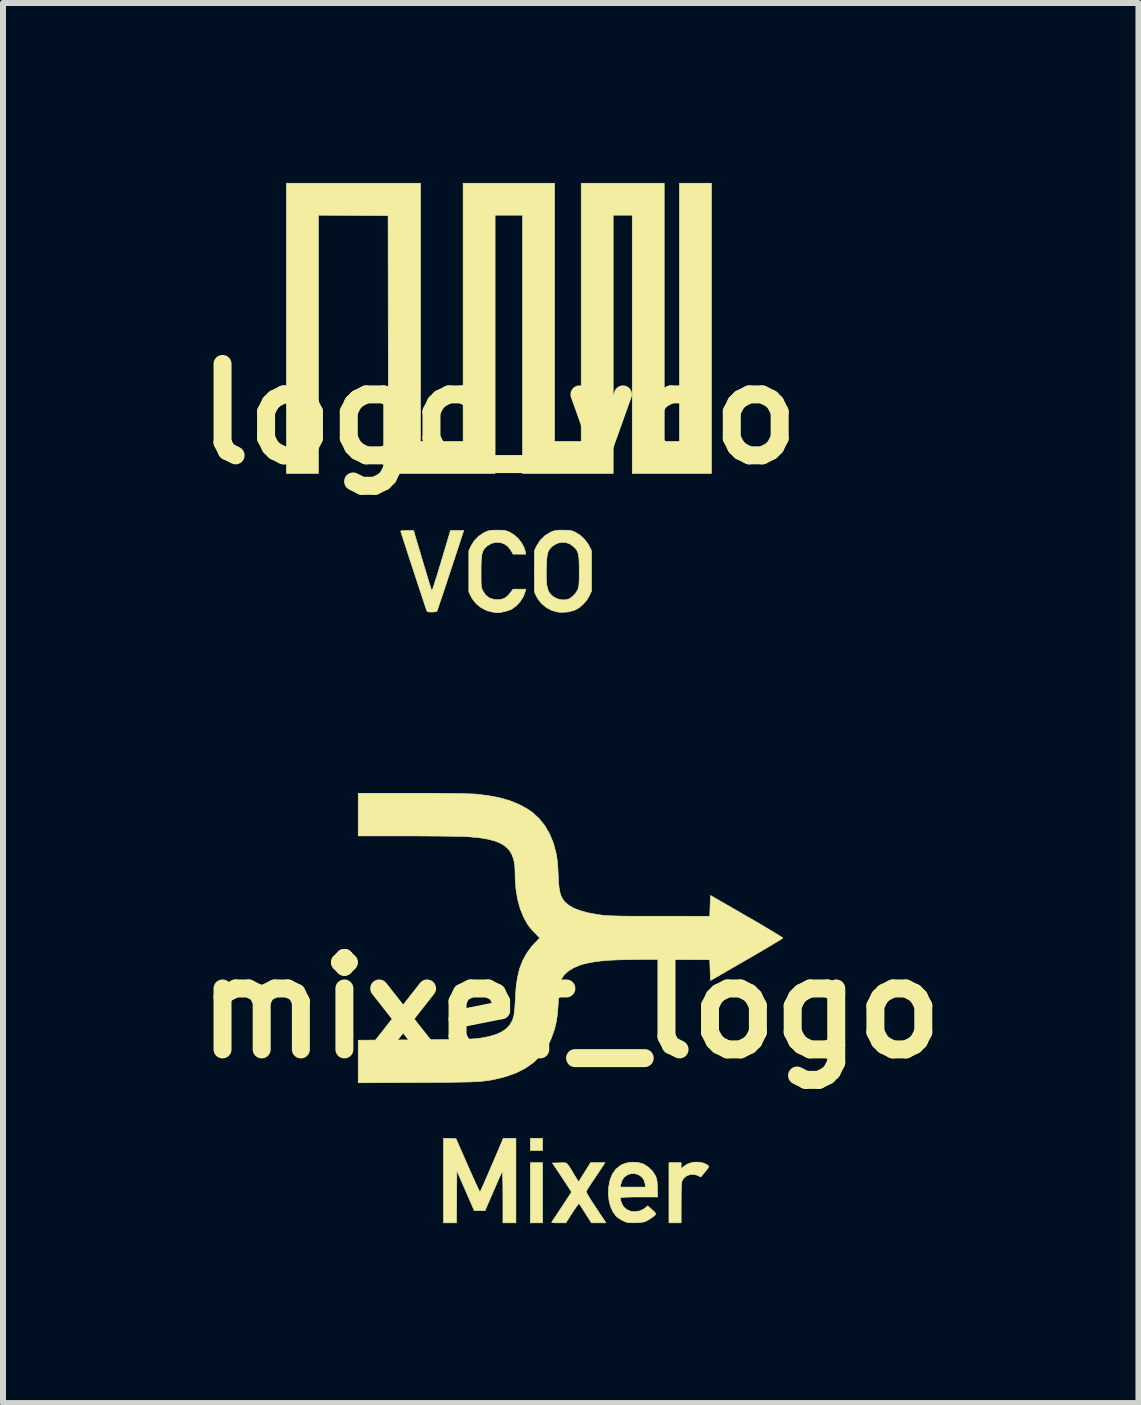
<source format=kicad_pcb>
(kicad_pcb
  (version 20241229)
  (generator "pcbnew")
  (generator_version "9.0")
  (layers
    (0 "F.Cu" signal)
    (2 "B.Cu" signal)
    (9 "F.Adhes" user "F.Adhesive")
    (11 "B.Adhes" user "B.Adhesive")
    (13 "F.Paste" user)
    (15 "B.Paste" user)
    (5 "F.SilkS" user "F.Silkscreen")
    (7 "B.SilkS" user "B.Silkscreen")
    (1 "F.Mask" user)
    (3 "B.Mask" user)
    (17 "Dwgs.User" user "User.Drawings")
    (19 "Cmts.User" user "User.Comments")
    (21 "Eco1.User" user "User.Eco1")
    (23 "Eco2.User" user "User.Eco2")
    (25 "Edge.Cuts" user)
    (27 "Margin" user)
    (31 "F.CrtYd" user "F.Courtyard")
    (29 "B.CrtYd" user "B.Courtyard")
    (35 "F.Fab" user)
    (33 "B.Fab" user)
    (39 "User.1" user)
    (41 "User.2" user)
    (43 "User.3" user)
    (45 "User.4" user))
  (footprint "mixer_logo"
    (layer "F.Cu")
    (at 6.466 13.758)
    (property "Reference" "mixer_logo" (at 0 0 0) (layer "F.SilkS") (effects (font (size 1.524 1.524) (thickness 0.3))))
    (attr through_hole)
    (fp_poly (pts (xy -0.47 2.375) (xy -0.673 2.375) (xy -0.673 2.172) (xy -0.47 2.172) (xy -0.47 2.375)) (stroke (width 0.01) (type solid)) (fill yes) (layer "F.SilkS"))
    (fp_poly (pts (xy -0.47 3.581) (xy -0.673 3.581) (xy -0.673 2.578) (xy -0.47 2.578) (xy -0.47 3.581)) (stroke (width 0.01) (type solid)) (fill yes) (layer "F.SilkS"))
    (fp_poly (pts (xy 2.137 2.57) (xy 2.204 2.582) (xy 2.26 2.605) (xy 2.288 2.624) (xy 2.298 2.635) (xy 2.299 2.647) (xy 2.291 2.665) (xy 2.27 2.694) (xy 2.239 2.731) (xy 2.168 2.817) (xy 2.119 2.791) (xy 2.058 2.773) (xy 1.996 2.775) (xy 1.937 2.795) (xy 1.889 2.832) (xy 1.859 2.878) (xy 1.853 2.898) (xy 1.849 2.929) (xy 1.846 2.975) (xy 1.843 3.036) (xy 1.842 3.117) (xy 1.842 3.22) (xy 1.841 3.251) (xy 1.841 3.581) (xy 1.638 3.581) (xy 1.638 2.578) (xy 1.841 2.578) (xy 1.841 2.681) (xy 1.876 2.648) (xy 1.941 2.603) (xy 2.018 2.576) (xy 2.07 2.569) (xy 2.137 2.57)) (stroke (width 0.01) (type solid)) (fill yes) (layer "F.SilkS"))
    (fp_poly (pts (xy -1.913 2.178) (xy -1.717 2.625) (xy -1.673 2.725) (xy -1.632 2.816) (xy -1.595 2.897) (xy -1.564 2.965) (xy -1.539 3.018) (xy -1.522 3.053) (xy -1.513 3.067) (xy -1.513 3.068) (xy -1.506 3.055) (xy -1.491 3.022) (xy -1.468 2.971) (xy -1.438 2.904) (xy -1.403 2.823) (xy -1.364 2.733) (xy -1.322 2.634) (xy -1.314 2.618) (xy -1.124 2.172) (xy -0.914 2.172) (xy -0.914 3.581) (xy -1.13 3.581) (xy -1.13 3.147) (xy -1.131 3.045) (xy -1.131 2.952) (xy -1.133 2.872) (xy -1.135 2.806) (xy -1.137 2.758) (xy -1.139 2.73) (xy -1.141 2.725) (xy -1.149 2.739) (xy -1.165 2.774) (xy -1.189 2.826) (xy -1.218 2.891) (xy -1.251 2.968) (xy -1.288 3.052) (xy -1.29 3.057) (xy -1.429 3.378) (xy -1.518 3.378) (xy -1.608 3.378) (xy -1.753 3.045) (xy -1.899 2.711) (xy -1.905 3.581) (xy -2.121 3.581) (xy -2.121 2.171) (xy -1.913 2.178)) (stroke (width 0.01) (type solid)) (fill yes) (layer "F.SilkS"))
    (fp_poly (pts (xy 0.419 2.808) (xy 0.373 2.876) (xy 0.332 2.938) (xy 0.298 2.99) (xy 0.274 3.029) (xy 0.26 3.052) (xy 0.258 3.056) (xy 0.263 3.073) (xy 0.28 3.108) (xy 0.31 3.159) (xy 0.35 3.223) (xy 0.396 3.293) (xy 0.442 3.361) (xy 0.483 3.424) (xy 0.519 3.478) (xy 0.547 3.519) (xy 0.563 3.544) (xy 0.564 3.546) (xy 0.587 3.581) (xy 0.346 3.581) (xy 0.247 3.426) (xy 0.211 3.37) (xy 0.18 3.321) (xy 0.156 3.284) (xy 0.142 3.263) (xy 0.139 3.26) (xy 0.13 3.266) (xy 0.109 3.291) (xy 0.081 3.331) (xy 0.046 3.382) (xy 0.025 3.415) (xy -0.081 3.581) (xy -0.199 3.581) (xy -0.251 3.581) (xy -0.291 3.579) (xy -0.314 3.576) (xy -0.318 3.575) (xy -0.311 3.563) (xy -0.292 3.533) (xy -0.263 3.488) (xy -0.225 3.431) (xy -0.181 3.364) (xy -0.152 3.321) (xy -0.106 3.251) (xy -0.064 3.188) (xy -0.03 3.135) (xy -0.004 3.096) (xy 0.01 3.072) (xy 0.013 3.067) (xy 0.006 3.055) (xy -0.013 3.025) (xy -0.042 2.98) (xy -0.079 2.923) (xy -0.123 2.858) (xy -0.146 2.822) (xy -0.305 2.584) (xy -0.188 2.581) (xy -0.143 2.579) (xy -0.11 2.579) (xy -0.085 2.583) (xy -0.064 2.594) (xy -0.044 2.616) (xy -0.02 2.65) (xy 0.011 2.7) (xy 0.047 2.761) (xy 0.131 2.899) (xy 0.183 2.815) (xy 0.217 2.761) (xy 0.254 2.701) (xy 0.283 2.655) (xy 0.33 2.578) (xy 0.572 2.578) (xy 0.419 2.808)) (stroke (width 0.01) (type solid)) (fill yes) (layer "F.SilkS"))
    (fp_poly (pts (xy 1.115 2.574) (xy 1.196 2.594) (xy 1.213 2.601) (xy 1.295 2.652) (xy 1.365 2.722) (xy 1.407 2.788) (xy 1.422 2.819) (xy 1.432 2.849) (xy 1.439 2.886) (xy 1.443 2.935) (xy 1.445 3) (xy 1.45 3.15) (xy 1.145 3.15) (xy 1.047 3.15) (xy 0.965 3.152) (xy 0.9 3.154) (xy 0.856 3.157) (xy 0.834 3.161) (xy 0.832 3.162) (xy 0.829 3.186) (xy 0.838 3.223) (xy 0.854 3.264) (xy 0.875 3.302) (xy 0.884 3.315) (xy 0.937 3.362) (xy 1 3.388) (xy 1.067 3.395) (xy 1.15 3.383) (xy 1.223 3.348) (xy 1.254 3.324) (xy 1.282 3.298) (xy 1.353 3.359) (xy 1.387 3.39) (xy 1.41 3.416) (xy 1.419 3.433) (xy 1.419 3.434) (xy 1.404 3.453) (xy 1.373 3.479) (xy 1.332 3.508) (xy 1.288 3.536) (xy 1.248 3.556) (xy 1.233 3.562) (xy 1.19 3.571) (xy 1.132 3.578) (xy 1.067 3.58) (xy 1.003 3.579) (xy 0.951 3.575) (xy 0.927 3.57) (xy 0.859 3.541) (xy 0.794 3.5) (xy 0.753 3.465) (xy 0.702 3.394) (xy 0.663 3.305) (xy 0.638 3.203) (xy 0.628 3.091) (xy 0.633 2.985) (xy 0.826 2.985) (xy 1.248 2.985) (xy 1.241 2.932) (xy 1.221 2.866) (xy 1.182 2.814) (xy 1.129 2.778) (xy 1.067 2.76) (xy 0.999 2.763) (xy 0.949 2.779) (xy 0.895 2.816) (xy 0.856 2.871) (xy 0.834 2.943) (xy 0.826 2.985) (xy 0.633 2.985) (xy 0.634 2.976) (xy 0.657 2.861) (xy 0.696 2.765) (xy 0.751 2.688) (xy 0.823 2.629) (xy 0.861 2.607) (xy 0.939 2.581) (xy 1.027 2.57) (xy 1.115 2.574)) (stroke (width 0.01) (type solid)) (fill yes) (layer "F.SilkS"))
    (fp_poly (pts (xy -2.645 -3.581) (xy -2.488 -3.581) (xy -2.336 -3.581) (xy -2.191 -3.58) (xy -2.056 -3.578) (xy -1.933 -3.577) (xy -1.824 -3.575) (xy -1.733 -3.573) (xy -1.66 -3.571) (xy -1.61 -3.569) (xy -1.594 -3.568) (xy -1.379 -3.543) (xy -1.185 -3.506) (xy -1.011 -3.456) (xy -0.856 -3.392) (xy -0.717 -3.315) (xy -0.636 -3.259) (xy -0.526 -3.158) (xy -0.431 -3.038) (xy -0.351 -2.901) (xy -0.289 -2.749) (xy -0.244 -2.583) (xy -0.236 -2.54) (xy -0.228 -2.483) (xy -0.221 -2.41) (xy -0.214 -2.327) (xy -0.21 -2.243) (xy -0.208 -2.21) (xy -0.203 -2.098) (xy -0.194 -2.008) (xy -0.182 -1.936) (xy -0.164 -1.877) (xy -0.141 -1.828) (xy -0.111 -1.785) (xy -0.103 -1.776) (xy -0.037 -1.717) (xy 0.049 -1.666) (xy 0.157 -1.624) (xy 0.288 -1.588) (xy 0.442 -1.56) (xy 0.484 -1.554) (xy 0.521 -1.549) (xy 0.559 -1.545) (xy 0.601 -1.542) (xy 0.648 -1.539) (xy 0.703 -1.537) (xy 0.767 -1.535) (xy 0.844 -1.533) (xy 0.935 -1.532) (xy 1.043 -1.531) (xy 1.17 -1.531) (xy 1.317 -1.531) (xy 1.486 -1.531) (xy 2.318 -1.53) (xy 2.324 -1.704) (xy 2.33 -1.878) (xy 2.934 -1.53) (xy 3.047 -1.465) (xy 3.153 -1.403) (xy 3.25 -1.346) (xy 3.336 -1.294) (xy 3.41 -1.25) (xy 3.468 -1.214) (xy 3.51 -1.188) (xy 3.533 -1.173) (xy 3.537 -1.169) (xy 3.526 -1.16) (xy 3.496 -1.14) (xy 3.447 -1.11) (xy 3.382 -1.071) (xy 3.303 -1.024) (xy 3.212 -0.97) (xy 3.111 -0.911) (xy 3.002 -0.847) (xy 2.934 -0.808) (xy 2.33 -0.459) (xy 2.324 -0.633) (xy 2.318 -0.806) (xy 1.607 -0.81) (xy 1.397 -0.811) (xy 1.211 -0.811) (xy 1.047 -0.809) (xy 0.901 -0.807) (xy 0.773 -0.803) (xy 0.66 -0.798) (xy 0.561 -0.791) (xy 0.473 -0.782) (xy 0.394 -0.771) (xy 0.322 -0.758) (xy 0.255 -0.744) (xy 0.191 -0.727) (xy 0.156 -0.716) (xy 0.055 -0.675) (xy -0.033 -0.622) (xy -0.104 -0.559) (xy -0.155 -0.488) (xy -0.178 -0.435) (xy -0.184 -0.407) (xy -0.19 -0.358) (xy -0.195 -0.295) (xy -0.201 -0.222) (xy -0.204 -0.159) (xy -0.211 -0.038) (xy -0.219 0.062) (xy -0.228 0.148) (xy -0.24 0.223) (xy -0.255 0.293) (xy -0.274 0.364) (xy -0.275 0.367) (xy -0.333 0.527) (xy -0.411 0.671) (xy -0.508 0.799) (xy -0.624 0.909) (xy -0.759 1.004) (xy -0.913 1.082) (xy -1.087 1.143) (xy -1.165 1.164) (xy -1.218 1.176) (xy -1.267 1.187) (xy -1.313 1.197) (xy -1.36 1.205) (xy -1.408 1.212) (xy -1.46 1.218) (xy -1.519 1.223) (xy -1.585 1.227) (xy -1.661 1.231) (xy -1.75 1.233) (xy -1.852 1.235) (xy -1.971 1.237) (xy -2.108 1.238) (xy -2.265 1.239) (xy -2.444 1.241) (xy -2.556 1.241) (xy -3.543 1.246) (xy -3.543 0.536) (xy -2.6 0.53) (xy -2.416 0.529) (xy -2.255 0.527) (xy -2.116 0.526) (xy -1.996 0.525) (xy -1.894 0.523) (xy -1.808 0.521) (xy -1.736 0.519) (xy -1.675 0.517) (xy -1.625 0.514) (xy -1.583 0.511) (xy -1.546 0.507) (xy -1.514 0.503) (xy -1.512 0.503) (xy -1.369 0.476) (xy -1.25 0.442) (xy -1.151 0.398) (xy -1.073 0.344) (xy -1.014 0.279) (xy -0.971 0.203) (xy -0.948 0.127) (xy -0.941 0.085) (xy -0.935 0.025) (xy -0.929 -0.048) (xy -0.924 -0.126) (xy -0.923 -0.165) (xy -0.911 -0.349) (xy -0.887 -0.514) (xy -0.851 -0.66) (xy -0.8 -0.792) (xy -0.735 -0.911) (xy -0.655 -1.021) (xy -0.606 -1.075) (xy -0.517 -1.169) (xy -0.599 -1.254) (xy -0.65 -1.309) (xy -0.689 -1.355) (xy -0.72 -1.399) (xy -0.75 -1.45) (xy -0.784 -1.515) (xy -0.788 -1.524) (xy -0.842 -1.656) (xy -0.884 -1.808) (xy -0.912 -1.976) (xy -0.926 -2.16) (xy -0.927 -2.25) (xy -0.932 -2.368) (xy -0.949 -2.47) (xy -0.979 -2.557) (xy -1.023 -2.631) (xy -1.084 -2.693) (xy -1.161 -2.743) (xy -1.257 -2.783) (xy -1.373 -2.815) (xy -1.511 -2.838) (xy -1.672 -2.854) (xy -1.714 -2.857) (xy -1.76 -2.86) (xy -1.828 -2.862) (xy -1.916 -2.864) (xy -2.021 -2.865) (xy -2.141 -2.867) (xy -2.271 -2.868) (xy -2.411 -2.869) (xy -2.556 -2.87) (xy -2.704 -2.87) (xy -2.721 -2.87) (xy -3.543 -2.87) (xy -3.543 -3.581) (xy -2.645 -3.581)) (stroke (width 0.01) (type solid)) (fill yes) (layer "F.SilkS")))
  (footprint "logo_vco"
    (layer "F.Cu")
    (at 5.269 3.853)
    (property "Reference" "logo_vco" (at 0 0 0) (layer "F.SilkS") (effects (font (size 1.524 1.524) (thickness 0.3))))
    (attr through_hole)
    (fp_poly (pts (xy -1.308 0.457) (xy -0.597 0.457) (xy -0.597 -3.848) (xy 0.927 -3.848) (xy 0.927 0.457) (xy 1.372 0.457) (xy 1.372 -3.848) (xy 2.756 -3.848) (xy 2.756 0.457) (xy 3.01 0.457) (xy 3.01 -3.848) (xy 3.543 -3.848) (xy 3.543 0.991) (xy 2.223 0.991) (xy 2.223 -3.315) (xy 1.905 -3.315) (xy 1.905 0.991) (xy 0.394 0.991) (xy 0.394 -3.315) (xy -0.064 -3.315) (xy -0.064 0.991) (xy -1.841 0.991) (xy -1.845 -1.159) (xy -1.848 -3.308) (xy -2.429 -3.312) (xy -3.01 -3.315) (xy -3.01 0.991) (xy -3.543 0.991) (xy -3.543 -3.848) (xy -1.308 -3.848) (xy -1.308 0.457)) (stroke (width 0.01) (type solid)) (fill yes) (layer "F.SilkS"))
    (fp_poly (pts (xy -1.405 2.003) (xy -1.398 2.03) (xy -1.384 2.077) (xy -1.364 2.142) (xy -1.34 2.222) (xy -1.313 2.313) (xy -1.284 2.412) (xy -1.257 2.502) (xy -1.227 2.603) (xy -1.199 2.696) (xy -1.174 2.779) (xy -1.152 2.849) (xy -1.135 2.902) (xy -1.124 2.937) (xy -1.119 2.949) (xy -1.114 2.94) (xy -1.102 2.908) (xy -1.085 2.857) (xy -1.063 2.789) (xy -1.037 2.706) (xy -1.008 2.612) (xy -0.976 2.507) (xy -0.959 2.451) (xy -0.808 1.943) (xy -0.587 1.943) (xy -0.805 2.607) (xy -0.847 2.732) (xy -0.885 2.849) (xy -0.921 2.958) (xy -0.954 3.054) (xy -0.982 3.137) (xy -1.004 3.204) (xy -1.021 3.253) (xy -1.031 3.281) (xy -1.033 3.287) (xy -1.052 3.296) (xy -1.09 3.301) (xy -1.119 3.302) (xy -1.162 3.301) (xy -1.186 3.296) (xy -1.199 3.285) (xy -1.206 3.272) (xy -1.213 3.251) (xy -1.227 3.21) (xy -1.247 3.151) (xy -1.271 3.077) (xy -1.3 2.99) (xy -1.332 2.893) (xy -1.366 2.79) (xy -1.401 2.682) (xy -1.437 2.572) (xy -1.473 2.464) (xy -1.507 2.359) (xy -1.539 2.26) (xy -1.568 2.171) (xy -1.593 2.093) (xy -1.614 2.03) (xy -1.629 1.984) (xy -1.637 1.957) (xy -1.638 1.952) (xy -1.627 1.948) (xy -1.595 1.945) (xy -1.55 1.943) (xy -1.531 1.943) (xy -1.423 1.943) (xy -1.405 2.003)) (stroke (width 0.01) (type solid)) (fill yes) (layer "F.SilkS"))
    (fp_poly (pts (xy 0.038 1.938) (xy 0.084 1.941) (xy 0.12 1.947) (xy 0.153 1.959) (xy 0.181 1.971) (xy 0.255 2.017) (xy 0.323 2.079) (xy 0.38 2.153) (xy 0.421 2.231) (xy 0.438 2.289) (xy 0.447 2.337) (xy 0.235 2.336) (xy 0.2 2.273) (xy 0.152 2.21) (xy 0.091 2.166) (xy 0.022 2.143) (xy -0.052 2.139) (xy -0.125 2.158) (xy -0.194 2.198) (xy -0.201 2.204) (xy -0.23 2.232) (xy -0.254 2.261) (xy -0.271 2.295) (xy -0.283 2.336) (xy -0.291 2.39) (xy -0.296 2.459) (xy -0.298 2.547) (xy -0.298 2.629) (xy -0.298 2.717) (xy -0.298 2.784) (xy -0.296 2.833) (xy -0.294 2.869) (xy -0.289 2.896) (xy -0.282 2.918) (xy -0.273 2.938) (xy -0.266 2.953) (xy -0.22 3.02) (xy -0.163 3.065) (xy -0.09 3.09) (xy -0.041 3.096) (xy 0.034 3.092) (xy 0.095 3.071) (xy 0.149 3.03) (xy 0.19 2.981) (xy 0.235 2.921) (xy 0.447 2.921) (xy 0.439 2.956) (xy 0.407 3.044) (xy 0.355 3.127) (xy 0.289 3.198) (xy 0.214 3.252) (xy 0.205 3.257) (xy 0.165 3.273) (xy 0.112 3.289) (xy 0.057 3.302) (xy 0.006 3.311) (xy -0.03 3.313) (xy -0.032 3.313) (xy -0.051 3.31) (xy -0.086 3.305) (xy -0.111 3.302) (xy -0.207 3.276) (xy -0.298 3.228) (xy -0.378 3.164) (xy -0.441 3.085) (xy -0.468 3.038) (xy -0.502 2.965) (xy -0.502 2.28) (xy -0.465 2.2) (xy -0.413 2.116) (xy -0.341 2.041) (xy -0.254 1.982) (xy -0.231 1.971) (xy -0.195 1.955) (xy -0.161 1.945) (xy -0.124 1.939) (xy -0.074 1.937) (xy -0.025 1.937) (xy 0.038 1.938)) (stroke (width 0.01) (type solid)) (fill yes) (layer "F.SilkS"))
    (fp_poly (pts (xy 1.13 1.938) (xy 1.176 1.941) (xy 1.212 1.947) (xy 1.245 1.959) (xy 1.273 1.971) (xy 1.354 2.021) (xy 1.428 2.09) (xy 1.488 2.17) (xy 1.506 2.204) (xy 1.543 2.28) (xy 1.543 2.953) (xy 1.506 3.033) (xy 1.462 3.106) (xy 1.402 3.174) (xy 1.333 3.232) (xy 1.262 3.271) (xy 1.255 3.274) (xy 1.152 3.3) (xy 1.044 3.307) (xy 0.981 3.302) (xy 0.885 3.276) (xy 0.795 3.229) (xy 0.715 3.164) (xy 0.651 3.086) (xy 0.625 3.038) (xy 0.591 2.965) (xy 0.591 2.684) (xy 0.789 2.684) (xy 0.791 2.774) (xy 0.797 2.846) (xy 0.809 2.903) (xy 0.825 2.95) (xy 0.847 2.988) (xy 0.848 2.99) (xy 0.898 3.041) (xy 0.964 3.078) (xy 1.037 3.098) (xy 1.111 3.099) (xy 1.161 3.087) (xy 1.207 3.06) (xy 1.254 3.017) (xy 1.294 2.966) (xy 1.317 2.923) (xy 1.325 2.898) (xy 1.331 2.869) (xy 1.335 2.832) (xy 1.338 2.782) (xy 1.339 2.716) (xy 1.339 2.629) (xy 1.339 2.623) (xy 1.339 2.521) (xy 1.336 2.442) (xy 1.331 2.38) (xy 1.322 2.332) (xy 1.309 2.294) (xy 1.292 2.262) (xy 1.268 2.233) (xy 1.252 2.217) (xy 1.187 2.168) (xy 1.115 2.142) (xy 1.039 2.139) (xy 0.964 2.159) (xy 0.895 2.201) (xy 0.892 2.204) (xy 0.86 2.234) (xy 0.836 2.265) (xy 0.819 2.302) (xy 0.806 2.349) (xy 0.798 2.409) (xy 0.793 2.487) (xy 0.79 2.572) (xy 0.789 2.684) (xy 0.591 2.684) (xy 0.591 2.279) (xy 0.632 2.195) (xy 0.691 2.103) (xy 0.769 2.027) (xy 0.861 1.971) (xy 0.898 1.955) (xy 0.931 1.945) (xy 0.969 1.939) (xy 1.019 1.937) (xy 1.067 1.937) (xy 1.13 1.938)) (stroke (width 0.01) (type solid)) (fill yes) (layer "F.SilkS")))
  (gr_rect
    (start -3 -3)
    (end 15.932 20.344)
    (stroke (width 0.1) (type default))
    (fill no)
    (layer "Edge.Cuts")))
</source>
